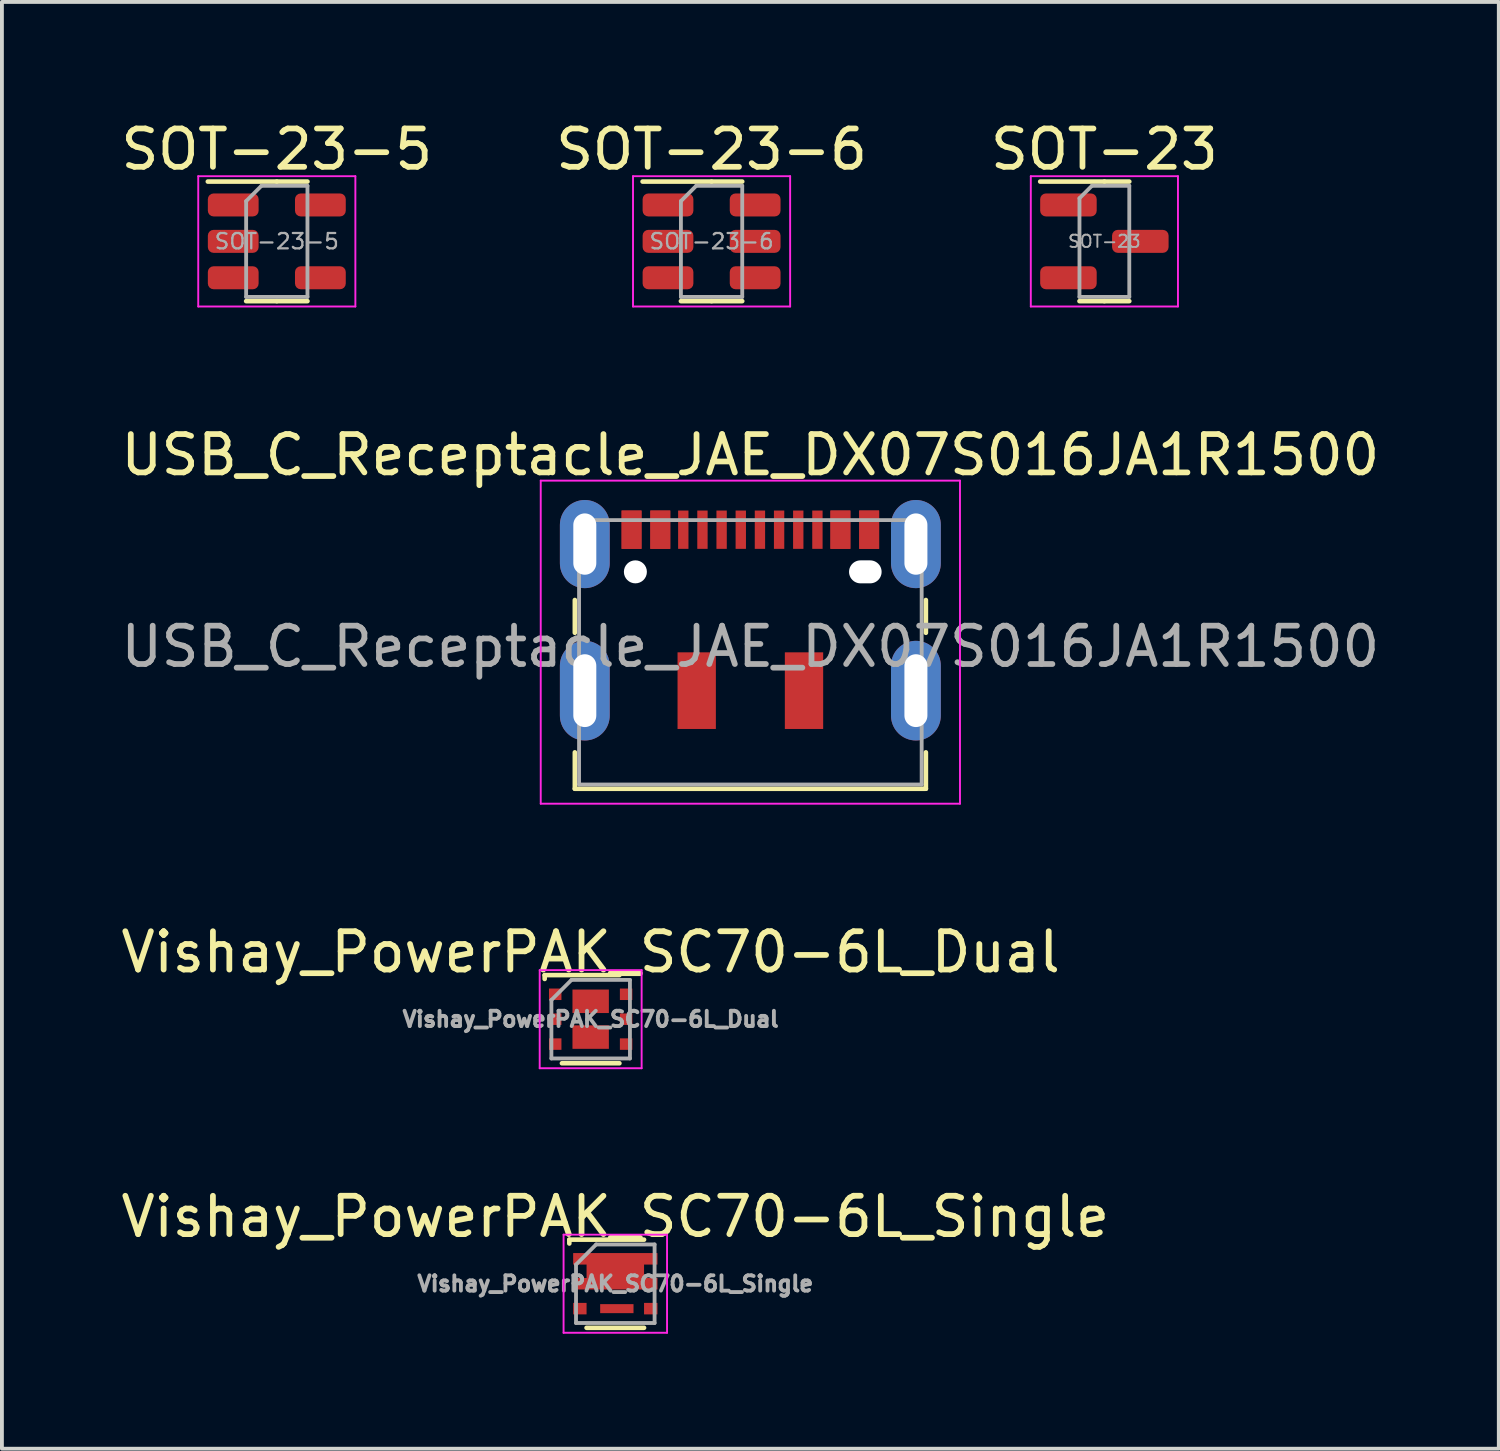
<source format=kicad_pcb>
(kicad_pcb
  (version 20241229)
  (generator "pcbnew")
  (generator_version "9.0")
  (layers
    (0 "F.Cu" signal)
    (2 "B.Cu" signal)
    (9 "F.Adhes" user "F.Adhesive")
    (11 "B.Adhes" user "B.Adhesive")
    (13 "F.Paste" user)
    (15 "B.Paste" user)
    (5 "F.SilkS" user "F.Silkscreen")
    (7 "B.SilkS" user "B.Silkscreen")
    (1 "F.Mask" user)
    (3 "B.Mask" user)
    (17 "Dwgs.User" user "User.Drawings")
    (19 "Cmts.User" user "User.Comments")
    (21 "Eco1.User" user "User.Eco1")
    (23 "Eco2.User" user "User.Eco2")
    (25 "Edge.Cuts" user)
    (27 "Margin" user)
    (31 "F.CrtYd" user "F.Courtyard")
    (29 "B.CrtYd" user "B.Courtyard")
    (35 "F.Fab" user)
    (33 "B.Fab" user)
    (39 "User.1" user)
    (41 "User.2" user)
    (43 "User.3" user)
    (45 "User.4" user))
  (footprint "SOT-23-6"
    (layer "F.Cu")
    (at 15.518 3.248)
    (property "Reference" "SOT-23-6" (at 0 -2.4 180) (layer "F.SilkS") (effects (font (size 1 1) (thickness 0.15))))
    (attr smd)
    (fp_line (start 0 -1.56) (end -1.8 -1.56) (stroke (width 0.12) (type solid)) (layer "F.SilkS"))
    (fp_line (start 0 -1.56) (end 0.8 -1.56) (stroke (width 0.12) (type solid)) (layer "F.SilkS"))
    (fp_line (start 0 1.56) (end -0.8 1.56) (stroke (width 0.12) (type solid)) (layer "F.SilkS"))
    (fp_line (start 0 1.56) (end 0.8 1.56) (stroke (width 0.12) (type solid)) (layer "F.SilkS"))
    (fp_line (start -2.05 -1.7) (end -2.05 1.7) (stroke (width 0.05) (type solid)) (layer "F.CrtYd"))
    (fp_line (start -2.05 1.7) (end 2.05 1.7) (stroke (width 0.05) (type solid)) (layer "F.CrtYd"))
    (fp_line (start 2.05 -1.7) (end -2.05 -1.7) (stroke (width 0.05) (type solid)) (layer "F.CrtYd"))
    (fp_line (start 2.05 1.7) (end 2.05 -1.7) (stroke (width 0.05) (type solid)) (layer "F.CrtYd"))
    (fp_line (start -0.8 -1.05) (end -0.4 -1.45) (stroke (width 0.1) (type solid)) (layer "F.Fab"))
    (fp_line (start -0.8 1.45) (end -0.8 -1.05) (stroke (width 0.1) (type solid)) (layer "F.Fab"))
    (fp_line (start -0.4 -1.45) (end 0.8 -1.45) (stroke (width 0.1) (type solid)) (layer "F.Fab"))
    (fp_line (start 0.8 -1.45) (end 0.8 1.45) (stroke (width 0.1) (type solid)) (layer "F.Fab"))
    (fp_line (start 0.8 1.45) (end -0.8 1.45) (stroke (width 0.1) (type solid)) (layer "F.Fab"))
    (fp_text user "${REFERENCE}" (at 0 0 180) (layer "F.Fab") (effects (font (size 0.4 0.4) (thickness 0.06))))
    (pad "1" smd roundrect (at -1.137 -0.95) (size 1.325 0.6) (layers "F.Cu" "F.Mask" "F.Paste") (roundrect_rratio 0.25))
    (pad "2" smd roundrect (at -1.137 0) (size 1.325 0.6) (layers "F.Cu" "F.Mask" "F.Paste") (roundrect_rratio 0.25))
    (pad "3" smd roundrect (at -1.137 0.95) (size 1.325 0.6) (layers "F.Cu" "F.Mask" "F.Paste") (roundrect_rratio 0.25))
    (pad "4" smd roundrect (at 1.137 0.95) (size 1.325 0.6) (layers "F.Cu" "F.Mask" "F.Paste") (roundrect_rratio 0.25))
    (pad "5" smd roundrect (at 1.137 0) (size 1.325 0.6) (layers "F.Cu" "F.Mask" "F.Paste") (roundrect_rratio 0.25))
    (pad "6" smd roundrect (at 1.137 -0.95) (size 1.325 0.6) (layers "F.Cu" "F.Mask" "F.Paste") (roundrect_rratio 0.25)))
  (footprint "SOT-23"
    (layer "F.Cu")
    (at 25.768 3.248)
    (property "Reference" "SOT-23" (at 0 -2.4 0) (layer "F.SilkS") (effects (font (size 1 1) (thickness 0.15))))
    (attr smd)
    (fp_line (start 0 -1.56) (end -1.675 -1.56) (stroke (width 0.12) (type solid)) (layer "F.SilkS"))
    (fp_line (start 0 -1.56) (end 0.65 -1.56) (stroke (width 0.12) (type solid)) (layer "F.SilkS"))
    (fp_line (start 0 1.56) (end -0.65 1.56) (stroke (width 0.12) (type solid)) (layer "F.SilkS"))
    (fp_line (start 0 1.56) (end 0.65 1.56) (stroke (width 0.12) (type solid)) (layer "F.SilkS"))
    (fp_line (start -1.92 -1.7) (end -1.92 1.7) (stroke (width 0.05) (type solid)) (layer "F.CrtYd"))
    (fp_line (start -1.92 1.7) (end 1.92 1.7) (stroke (width 0.05) (type solid)) (layer "F.CrtYd"))
    (fp_line (start 1.92 -1.7) (end -1.92 -1.7) (stroke (width 0.05) (type solid)) (layer "F.CrtYd"))
    (fp_line (start 1.92 1.7) (end 1.92 -1.7) (stroke (width 0.05) (type solid)) (layer "F.CrtYd"))
    (fp_line (start -0.65 -1.125) (end -0.325 -1.45) (stroke (width 0.1) (type solid)) (layer "F.Fab"))
    (fp_line (start -0.65 1.45) (end -0.65 -1.125) (stroke (width 0.1) (type solid)) (layer "F.Fab"))
    (fp_line (start -0.325 -1.45) (end 0.65 -1.45) (stroke (width 0.1) (type solid)) (layer "F.Fab"))
    (fp_line (start 0.65 -1.45) (end 0.65 1.45) (stroke (width 0.1) (type solid)) (layer "F.Fab"))
    (fp_line (start 0.65 1.45) (end -0.65 1.45) (stroke (width 0.1) (type solid)) (layer "F.Fab"))
    (fp_text user "${REFERENCE}" (at 0 0 0) (layer "F.Fab") (effects (font (size 0.32 0.32) (thickness 0.05))))
    (pad "1" smd roundrect (at -0.938 -0.95) (size 1.475 0.6) (layers "F.Cu" "F.Mask" "F.Paste") (roundrect_rratio 0.25))
    (pad "2" smd roundrect (at -0.938 0.95) (size 1.475 0.6) (layers "F.Cu" "F.Mask" "F.Paste") (roundrect_rratio 0.25))
    (pad "3" smd roundrect (at 0.938 0) (size 1.475 0.6) (layers "F.Cu" "F.Mask" "F.Paste") (roundrect_rratio 0.25)))
  (footprint "USB_C_Receptacle_JAE_DX07S016JA1R1500"
    (layer "F.Cu")
    (at 16.53 13.822)
    (property "Reference" "USB_C_Receptacle_JAE_DX07S016JA1R1500" (at 0 -5 180) (layer "F.SilkS") (effects (font (size 1 1) (thickness 0.15))))
    (attr smd)
    (fp_line (start -4.58 -1.215) (end -4.58 -0.36) (stroke (width 0.12) (type solid)) (layer "F.SilkS"))
    (fp_line (start -4.58 2.76) (end -4.58 3.71) (stroke (width 0.12) (type solid)) (layer "F.SilkS"))
    (fp_line (start -4.58 3.71) (end 4.58 3.71) (stroke (width 0.12) (type solid)) (layer "F.SilkS"))
    (fp_line (start 4.58 -1.215) (end 4.58 -0.36) (stroke (width 0.12) (type solid)) (layer "F.SilkS"))
    (fp_line (start 4.58 2.76) (end 4.58 3.71) (stroke (width 0.12) (type solid)) (layer "F.SilkS"))
    (fp_line (start -5.47 -4.33) (end -5.47 4.1) (stroke (width 0.05) (type solid)) (layer "F.CrtYd"))
    (fp_line (start -5.47 -4.33) (end 5.47 -4.33) (stroke (width 0.05) (type solid)) (layer "F.CrtYd"))
    (fp_line (start -5.47 4.1) (end 5.47 4.1) (stroke (width 0.05) (type solid)) (layer "F.CrtYd"))
    (fp_line (start 5.47 -4.33) (end 5.47 4.1) (stroke (width 0.05) (type solid)) (layer "F.CrtYd"))
    (fp_line (start -4.47 -3.3) (end -4.47 3.6) (stroke (width 0.1) (type solid)) (layer "F.Fab"))
    (fp_line (start -4.47 -3.3) (end 4.47 -3.3) (stroke (width 0.1) (type solid)) (layer "F.Fab"))
    (fp_line (start -4.47 3.6) (end 4.47 3.6) (stroke (width 0.1) (type solid)) (layer "F.Fab"))
    (fp_line (start 4.47 -3.3) (end 4.47 3.6) (stroke (width 0.1) (type solid)) (layer "F.Fab"))
    (fp_text user "${REFERENCE}" (at 0 0 180) (layer "F.Fab") (effects (font (size 1 1) (thickness 0.15))))
    (pad "" np_thru_hole circle (at -3 -1.95) (size 0.6 0.6) (drill 0.6) (layers "*.Cu" "*.Mask"))
    (pad "" smd rect (at -1.4 1.15) (size 1 2) (layers "F.Cu" "F.Mask" "F.Paste"))
    (pad "" smd rect (at 1.4 1.15) (size 1 2) (layers "F.Cu" "F.Mask" "F.Paste"))
    (pad "" np_thru_hole oval (at 3 -1.95) (size 0.85 0.6) (drill oval 0.85 0.6) (layers "*.Cu" "*.Mask"))
    (pad "A1" smd rect (at -3.1 -3.05) (size 0.52 1) (layers "F.Cu" "F.Mask" "F.Paste"))
    (pad "A4" smd rect (at -2.35 -3.05) (size 0.52 1) (layers "F.Cu" "F.Mask" "F.Paste"))
    (pad "A5" smd rect (at -1.75 -3.05) (size 0.27 1) (layers "F.Cu" "F.Mask" "F.Paste"))
    (pad "A6" smd rect (at -0.25 -3.05) (size 0.27 1) (layers "F.Cu" "F.Mask" "F.Paste"))
    (pad "A7" smd rect (at 0.75 -3.05) (size 0.27 1) (layers "F.Cu" "F.Mask" "F.Paste"))
    (pad "A8" smd rect (at 1.75 -3.05) (size 0.27 1) (layers "F.Cu" "F.Mask" "F.Paste"))
    (pad "A9" smd rect (at 2.35 -3.05) (size 0.52 1) (layers "F.Cu" "F.Mask" "F.Paste"))
    (pad "A12" smd rect (at 3.1 -3.05) (size 0.52 1) (layers "F.Cu" "F.Mask" "F.Paste"))
    (pad "B1" smd rect (at 3.1 -3.05) (size 0.52 1) (layers "F.Cu" "F.Mask" "F.Paste"))
    (pad "B4" smd rect (at 2.35 -3.05) (size 0.52 1) (layers "F.Cu" "F.Mask" "F.Paste"))
    (pad "B5" smd rect (at 1.25 -3.05) (size 0.27 1) (layers "F.Cu" "F.Mask" "F.Paste"))
    (pad "B6" smd rect (at 0.25 -3.05) (size 0.27 1) (layers "F.Cu" "F.Mask" "F.Paste"))
    (pad "B7" smd rect (at -0.75 -3.05) (size 0.27 1) (layers "F.Cu" "F.Mask" "F.Paste"))
    (pad "B8" smd rect (at -1.25 -3.05) (size 0.27 1) (layers "F.Cu" "F.Mask" "F.Paste"))
    (pad "B9" smd rect (at -2.35 -3.05) (size 0.52 1) (layers "F.Cu" "F.Mask" "F.Paste"))
    (pad "B12" smd rect (at -3.1 -3.05) (size 0.52 1) (layers "F.Cu" "F.Mask" "F.Paste"))
    (pad "S1" thru_hole oval (at -4.32 -2.675) (size 1.3 2.3) (drill oval 0.6 1.6) (layers "*.Cu" "*.Mask"))
    (pad "S1" thru_hole oval (at -4.32 1.15) (size 1.3 2.6) (drill oval 0.6 1.9) (layers "*.Cu" "*.Mask"))
    (pad "S1" thru_hole oval (at 4.32 -2.675) (size 1.3 2.3) (drill oval 0.6 1.6) (layers "*.Cu" "*.Mask"))
    (pad "S1" thru_hole oval (at 4.32 1.15) (size 1.3 2.6) (drill oval 0.6 1.9) (layers "*.Cu" "*.Mask")))
  (footprint "Vishay_PowerPAK_SC70-6L_Single"
    (layer "F.Cu")
    (at 13.006 30.448)
    (property "Reference" "Vishay_PowerPAK_SC70-6L_Single" (at 0 -1.75 0) (layer "F.SilkS") (effects (font (size 1 1) (thickness 0.15))))
    (attr smd)
    (fp_line (start -1.2 -1.15) (end -1.2 -1.05) (stroke (width 0.12) (type solid)) (layer "F.SilkS"))
    (fp_line (start -1.2 -1.15) (end 0.75 -1.15) (stroke (width 0.12) (type solid)) (layer "F.SilkS"))
    (fp_line (start 0.75 1.15) (end -0.75 1.15) (stroke (width 0.12) (type solid)) (layer "F.SilkS"))
    (fp_line (start -1.35 -1.28) (end 1.35 -1.28) (stroke (width 0.05) (type solid)) (layer "F.CrtYd"))
    (fp_line (start -1.35 1.28) (end -1.35 -1.28) (stroke (width 0.05) (type solid)) (layer "F.CrtYd"))
    (fp_line (start 1.35 -1.28) (end 1.35 1.28) (stroke (width 0.05) (type solid)) (layer "F.CrtYd"))
    (fp_line (start 1.35 1.28) (end -1.35 1.28) (stroke (width 0.05) (type solid)) (layer "F.CrtYd"))
    (fp_line (start -1.025 -0.5) (end -0.5 -1.025) (stroke (width 0.1) (type solid)) (layer "F.Fab"))
    (fp_line (start -1.025 1.025) (end -1.025 -0.5) (stroke (width 0.1) (type solid)) (layer "F.Fab"))
    (fp_line (start -0.5 -1.025) (end 1.025 -1.025) (stroke (width 0.1) (type solid)) (layer "F.Fab"))
    (fp_line (start 1.025 -1.025) (end 1.025 1.025) (stroke (width 0.1) (type solid)) (layer "F.Fab"))
    (fp_line (start 1.025 1.025) (end -1.025 1.025) (stroke (width 0.1) (type solid)) (layer "F.Fab"))
    (fp_text user "${REFERENCE}" (at 0 0 0) (layer "F.Fab") (effects (font (size 0.4 0.4) (thickness 0.1))))
    (pad "" smd rect (at -0.35 -0.325) (size 0.6 0.8) (layers "F.Paste"))
    (pad "" smd rect (at 0.35 -0.325) (size 0.6 0.8) (layers "F.Paste"))
    (pad "1" smd rect (at -0.925 0.65) (size 0.35 0.3) (layers "F.Cu" "F.Mask" "F.Paste"))
    (pad "2" smd rect (at 0.04 0.65) (size 0.87 0.235) (layers "F.Cu" "F.Mask" "F.Paste"))
    (pad "2" smd rect (at 0.925 0.65) (size 0.35 0.3) (layers "F.Cu" "F.Mask" "F.Paste"))
    (pad "3" smd custom (at 0 -0.325) (size 1.5 0.95) (layers "F.Cu" "F.Mask") (options (anchor rect)) (primitives (gr_poly (pts (xy 1.1 -0.175) (xy -1.1 -0.175) (xy -1.1 -0.475) (xy 1.1 -0.475)) (width 0) (fill yes)) (gr_poly (pts (xy 1.1 0.475) (xy -1.1 0.475) (xy -1.1 0.175) (xy 1.1 0.175)) (width 0) (fill yes)))))
  (footprint "Vishay_PowerPAK_SC70-6L_Dual"
    (layer "F.Cu")
    (at 12.363 23.545)
    (property "Reference" "Vishay_PowerPAK_SC70-6L_Dual" (at 0 -1.75 0) (layer "F.SilkS") (effects (font (size 1 1) (thickness 0.15))))
    (attr smd)
    (fp_line (start -1.2 -1.15) (end -1.2 -1.05) (stroke (width 0.12) (type solid)) (layer "F.SilkS"))
    (fp_line (start -1.2 -1.15) (end 0.75 -1.15) (stroke (width 0.12) (type solid)) (layer "F.SilkS"))
    (fp_line (start 0.75 1.15) (end -0.75 1.15) (stroke (width 0.12) (type solid)) (layer "F.SilkS"))
    (fp_line (start -1.33 -1.28) (end 1.33 -1.28) (stroke (width 0.05) (type solid)) (layer "F.CrtYd"))
    (fp_line (start -1.33 1.28) (end -1.33 -1.28) (stroke (width 0.05) (type solid)) (layer "F.CrtYd"))
    (fp_line (start 1.33 -1.28) (end 1.33 1.28) (stroke (width 0.05) (type solid)) (layer "F.CrtYd"))
    (fp_line (start 1.33 1.28) (end -1.33 1.28) (stroke (width 0.05) (type solid)) (layer "F.CrtYd"))
    (fp_line (start -1.025 -0.5) (end -0.5 -1.025) (stroke (width 0.1) (type solid)) (layer "F.Fab"))
    (fp_line (start -1.025 1.025) (end -1.025 -0.5) (stroke (width 0.1) (type solid)) (layer "F.Fab"))
    (fp_line (start -0.5 -1.025) (end 1.025 -1.025) (stroke (width 0.1) (type solid)) (layer "F.Fab"))
    (fp_line (start 1.025 -1.025) (end 1.025 1.025) (stroke (width 0.1) (type solid)) (layer "F.Fab"))
    (fp_line (start 1.025 1.025) (end -1.025 1.025) (stroke (width 0.1) (type solid)) (layer "F.Fab"))
    (fp_text user "${REFERENCE}" (at 0 0 0) (layer "F.Fab") (effects (font (size 0.4 0.4) (thickness 0.1))))
    (pad "1" smd rect (at -0.925 -0.65) (size 0.325 0.3) (layers "F.Cu" "F.Mask" "F.Paste"))
    (pad "2" smd rect (at -0.925 0) (size 0.325 0.3) (layers "F.Cu" "F.Mask" "F.Paste"))
    (pad "3" smd rect (at -0.925 0.65) (size 0.325 0.3) (layers "F.Cu" "F.Mask" "F.Paste"))
    (pad "3" smd rect (at 0 0.467) (size 0.95 0.613) (layers "F.Cu" "F.Mask" "F.Paste"))
    (pad "4" smd rect (at 0.925 0.65) (size 0.325 0.3) (layers "F.Cu" "F.Mask" "F.Paste"))
    (pad "5" smd rect (at 0.925 0) (size 0.325 0.3) (layers "F.Cu" "F.Mask" "F.Paste"))
    (pad "6" smd rect (at 0 -0.467) (size 0.95 0.613) (layers "F.Cu" "F.Mask" "F.Paste"))
    (pad "6" smd rect (at 0.925 -0.65) (size 0.325 0.3) (layers "F.Cu" "F.Mask" "F.Paste")))
  (footprint "SOT-23-5"
    (layer "F.Cu")
    (at 4.173 3.248)
    (property "Reference" "SOT-23-5" (at 0 -2.4 0) (layer "F.SilkS") (effects (font (size 1 1) (thickness 0.15))))
    (attr smd)
    (fp_line (start 0 -1.56) (end -1.8 -1.56) (stroke (width 0.12) (type solid)) (layer "F.SilkS"))
    (fp_line (start 0 -1.56) (end 0.8 -1.56) (stroke (width 0.12) (type solid)) (layer "F.SilkS"))
    (fp_line (start 0 1.56) (end -0.8 1.56) (stroke (width 0.12) (type solid)) (layer "F.SilkS"))
    (fp_line (start 0 1.56) (end 0.8 1.56) (stroke (width 0.12) (type solid)) (layer "F.SilkS"))
    (fp_line (start -2.05 -1.7) (end -2.05 1.7) (stroke (width 0.05) (type solid)) (layer "F.CrtYd"))
    (fp_line (start -2.05 1.7) (end 2.05 1.7) (stroke (width 0.05) (type solid)) (layer "F.CrtYd"))
    (fp_line (start 2.05 -1.7) (end -2.05 -1.7) (stroke (width 0.05) (type solid)) (layer "F.CrtYd"))
    (fp_line (start 2.05 1.7) (end 2.05 -1.7) (stroke (width 0.05) (type solid)) (layer "F.CrtYd"))
    (fp_line (start -0.8 -1.05) (end -0.4 -1.45) (stroke (width 0.1) (type solid)) (layer "F.Fab"))
    (fp_line (start -0.8 1.45) (end -0.8 -1.05) (stroke (width 0.1) (type solid)) (layer "F.Fab"))
    (fp_line (start -0.4 -1.45) (end 0.8 -1.45) (stroke (width 0.1) (type solid)) (layer "F.Fab"))
    (fp_line (start 0.8 -1.45) (end 0.8 1.45) (stroke (width 0.1) (type solid)) (layer "F.Fab"))
    (fp_line (start 0.8 1.45) (end -0.8 1.45) (stroke (width 0.1) (type solid)) (layer "F.Fab"))
    (fp_text user "${REFERENCE}" (at 0 0 0) (layer "F.Fab") (effects (font (size 0.4 0.4) (thickness 0.06))))
    (pad "1" smd roundrect (at -1.137 -0.95) (size 1.325 0.6) (layers "F.Cu" "F.Mask" "F.Paste") (roundrect_rratio 0.25))
    (pad "2" smd roundrect (at -1.137 0) (size 1.325 0.6) (layers "F.Cu" "F.Mask" "F.Paste") (roundrect_rratio 0.25))
    (pad "3" smd roundrect (at -1.137 0.95) (size 1.325 0.6) (layers "F.Cu" "F.Mask" "F.Paste") (roundrect_rratio 0.25))
    (pad "4" smd roundrect (at 1.137 0.95) (size 1.325 0.6) (layers "F.Cu" "F.Mask" "F.Paste") (roundrect_rratio 0.25))
    (pad "5" smd roundrect (at 1.137 -0.95) (size 1.325 0.6) (layers "F.Cu" "F.Mask" "F.Paste") (roundrect_rratio 0.25)))
  (gr_rect
    (start -3 -3)
    (end 36.06 34.753)
    (stroke (width 0.1) (type default))
    (fill no)
    (layer "Edge.Cuts")))
</source>
